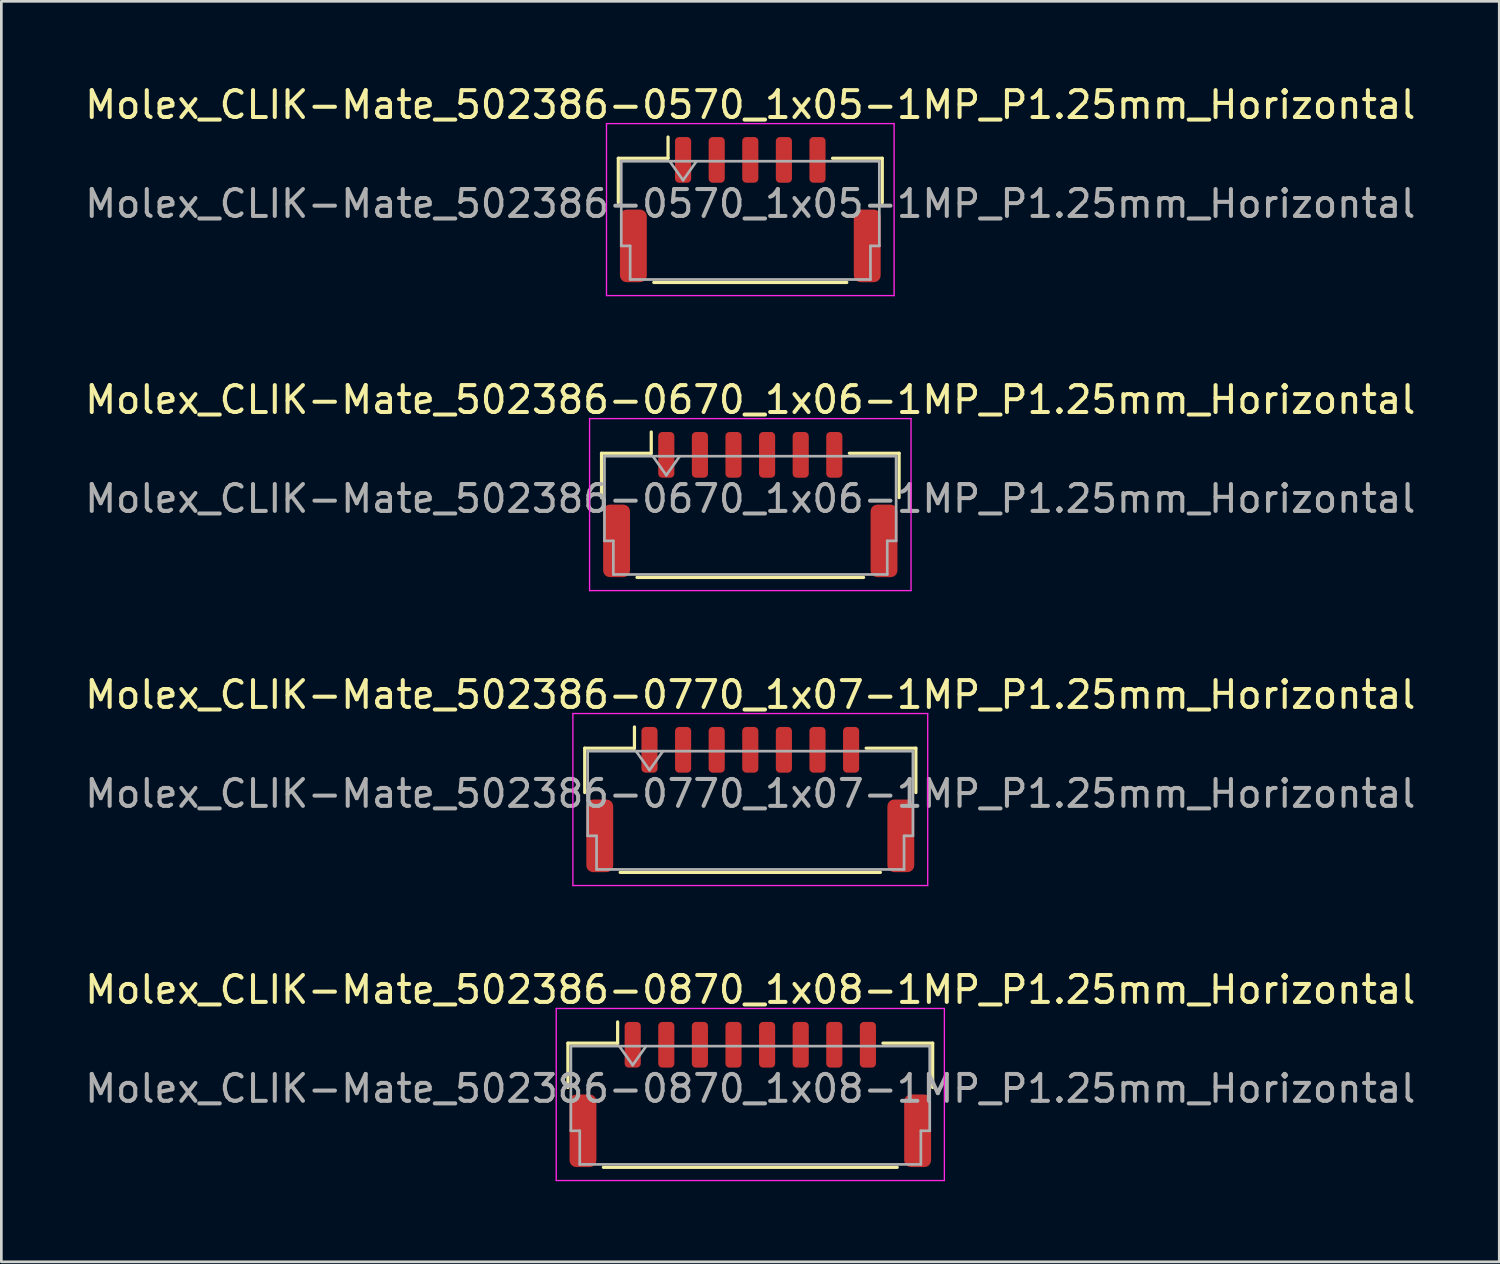
<source format=kicad_pcb>
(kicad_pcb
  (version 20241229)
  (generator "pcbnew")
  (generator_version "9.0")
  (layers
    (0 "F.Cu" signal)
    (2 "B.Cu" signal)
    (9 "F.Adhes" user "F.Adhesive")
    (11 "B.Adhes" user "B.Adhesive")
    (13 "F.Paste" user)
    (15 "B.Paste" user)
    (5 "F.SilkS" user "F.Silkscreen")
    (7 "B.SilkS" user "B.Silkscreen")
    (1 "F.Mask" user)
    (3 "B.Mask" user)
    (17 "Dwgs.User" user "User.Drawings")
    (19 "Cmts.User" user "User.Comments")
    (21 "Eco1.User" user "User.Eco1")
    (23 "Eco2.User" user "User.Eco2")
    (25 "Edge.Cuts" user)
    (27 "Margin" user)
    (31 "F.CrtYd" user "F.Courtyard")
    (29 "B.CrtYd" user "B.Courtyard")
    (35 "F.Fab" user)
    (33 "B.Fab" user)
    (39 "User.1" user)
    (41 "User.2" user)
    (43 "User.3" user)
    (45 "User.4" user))
  (footprint "Molex_CLIK-Mate_502386-0670_1x06-1MP_P1.25mm_Horizontal"
    (layer "F.Cu")
    (at 24.863 15.722)
    (property "Reference" "Molex_CLIK-Mate_502386-0670_1x06-1MP_P1.25mm_Horizontal" (at 0 -3.9 0) (layer "F.SilkS") (effects (font (size 1 1) (thickness 0.15))))
    (attr smd)
    (fp_line (start -5.535 -1.91) (end -3.685 -1.91) (stroke (width 0.12) (type solid)) (layer "F.SilkS"))
    (fp_line (start -5.535 -0.26) (end -5.535 -1.91) (stroke (width 0.12) (type solid)) (layer "F.SilkS"))
    (fp_line (start -4.215 2.71) (end 4.215 2.71) (stroke (width 0.12) (type solid)) (layer "F.SilkS"))
    (fp_line (start -3.685 -1.91) (end -3.685 -2.7) (stroke (width 0.12) (type solid)) (layer "F.SilkS"))
    (fp_line (start 5.535 -1.91) (end 3.685 -1.91) (stroke (width 0.12) (type solid)) (layer "F.SilkS"))
    (fp_line (start 5.535 -0.26) (end 5.535 -1.91) (stroke (width 0.12) (type solid)) (layer "F.SilkS"))
    (fp_line (start -5.98 -3.2) (end -5.98 3.2) (stroke (width 0.05) (type solid)) (layer "F.CrtYd"))
    (fp_line (start -5.98 3.2) (end 5.98 3.2) (stroke (width 0.05) (type solid)) (layer "F.CrtYd"))
    (fp_line (start 5.98 -3.2) (end -5.98 -3.2) (stroke (width 0.05) (type solid)) (layer "F.CrtYd"))
    (fp_line (start 5.98 3.2) (end 5.98 -3.2) (stroke (width 0.05) (type solid)) (layer "F.CrtYd"))
    (fp_line (start -5.425 -1.8) (end -5.425 1.35) (stroke (width 0.1) (type solid)) (layer "F.Fab"))
    (fp_line (start -5.425 -1.8) (end 5.425 -1.8) (stroke (width 0.1) (type solid)) (layer "F.Fab"))
    (fp_line (start -5.425 1.35) (end -5.095 1.35) (stroke (width 0.1) (type solid)) (layer "F.Fab"))
    (fp_line (start -5.095 1.35) (end -5.095 2.6) (stroke (width 0.1) (type solid)) (layer "F.Fab"))
    (fp_line (start -5.095 2.6) (end 5.095 2.6) (stroke (width 0.1) (type solid)) (layer "F.Fab"))
    (fp_line (start -3.625 -1.8) (end -3.125 -1.093) (stroke (width 0.1) (type solid)) (layer "F.Fab"))
    (fp_line (start -3.125 -1.093) (end -2.625 -1.8) (stroke (width 0.1) (type solid)) (layer "F.Fab"))
    (fp_line (start 5.095 1.35) (end 5.425 1.35) (stroke (width 0.1) (type solid)) (layer "F.Fab"))
    (fp_line (start 5.095 2.6) (end 5.095 1.35) (stroke (width 0.1) (type solid)) (layer "F.Fab"))
    (fp_line (start 5.425 -1.8) (end 5.425 1.35) (stroke (width 0.1) (type solid)) (layer "F.Fab"))
    (fp_text user "${REFERENCE}" (at 0 -0.22 0) (layer "F.Fab") (effects (font (size 1 1) (thickness 0.15))))
    (pad "1" smd roundrect (at -3.125 -1.85) (size 0.6 1.7) (layers "F.Cu" "F.Mask" "F.Paste") (roundrect_rratio 0.25))
    (pad "2" smd roundrect (at -1.875 -1.85) (size 0.6 1.7) (layers "F.Cu" "F.Mask" "F.Paste") (roundrect_rratio 0.25))
    (pad "3" smd roundrect (at -0.625 -1.85) (size 0.6 1.7) (layers "F.Cu" "F.Mask" "F.Paste") (roundrect_rratio 0.25))
    (pad "4" smd roundrect (at 0.625 -1.85) (size 0.6 1.7) (layers "F.Cu" "F.Mask" "F.Paste") (roundrect_rratio 0.25))
    (pad "5" smd roundrect (at 1.875 -1.85) (size 0.6 1.7) (layers "F.Cu" "F.Mask" "F.Paste") (roundrect_rratio 0.25))
    (pad "6" smd roundrect (at 3.125 -1.85) (size 0.6 1.7) (layers "F.Cu" "F.Mask" "F.Paste") (roundrect_rratio 0.25))
    (pad "MP" smd roundrect (at -4.975 1.35) (size 1 2.7) (layers "F.Cu" "F.Mask" "F.Paste") (roundrect_rratio 0.25))
    (pad "MP" smd roundrect (at 4.975 1.35) (size 1 2.7) (layers "F.Cu" "F.Mask" "F.Paste") (roundrect_rratio 0.25)))
  (footprint "Molex_CLIK-Mate_502386-0870_1x08-1MP_P1.25mm_Horizontal"
    (layer "F.Cu")
    (at 24.863 37.668)
    (property "Reference" "Molex_CLIK-Mate_502386-0870_1x08-1MP_P1.25mm_Horizontal" (at 0 -3.9 0) (layer "F.SilkS") (effects (font (size 1 1) (thickness 0.15))))
    (attr smd)
    (fp_line (start -6.785 -1.91) (end -4.935 -1.91) (stroke (width 0.12) (type solid)) (layer "F.SilkS"))
    (fp_line (start -6.785 -0.26) (end -6.785 -1.91) (stroke (width 0.12) (type solid)) (layer "F.SilkS"))
    (fp_line (start -5.465 2.71) (end 5.465 2.71) (stroke (width 0.12) (type solid)) (layer "F.SilkS"))
    (fp_line (start -4.935 -1.91) (end -4.935 -2.7) (stroke (width 0.12) (type solid)) (layer "F.SilkS"))
    (fp_line (start 6.785 -1.91) (end 4.935 -1.91) (stroke (width 0.12) (type solid)) (layer "F.SilkS"))
    (fp_line (start 6.785 -0.26) (end 6.785 -1.91) (stroke (width 0.12) (type solid)) (layer "F.SilkS"))
    (fp_line (start -7.22 -3.2) (end -7.22 3.2) (stroke (width 0.05) (type solid)) (layer "F.CrtYd"))
    (fp_line (start -7.22 3.2) (end 7.22 3.2) (stroke (width 0.05) (type solid)) (layer "F.CrtYd"))
    (fp_line (start 7.22 -3.2) (end -7.22 -3.2) (stroke (width 0.05) (type solid)) (layer "F.CrtYd"))
    (fp_line (start 7.22 3.2) (end 7.22 -3.2) (stroke (width 0.05) (type solid)) (layer "F.CrtYd"))
    (fp_line (start -6.675 -1.8) (end -6.675 1.35) (stroke (width 0.1) (type solid)) (layer "F.Fab"))
    (fp_line (start -6.675 -1.8) (end 6.675 -1.8) (stroke (width 0.1) (type solid)) (layer "F.Fab"))
    (fp_line (start -6.675 1.35) (end -6.345 1.35) (stroke (width 0.1) (type solid)) (layer "F.Fab"))
    (fp_line (start -6.345 1.35) (end -6.345 2.6) (stroke (width 0.1) (type solid)) (layer "F.Fab"))
    (fp_line (start -6.345 2.6) (end 6.345 2.6) (stroke (width 0.1) (type solid)) (layer "F.Fab"))
    (fp_line (start -4.875 -1.8) (end -4.375 -1.093) (stroke (width 0.1) (type solid)) (layer "F.Fab"))
    (fp_line (start -4.375 -1.093) (end -3.875 -1.8) (stroke (width 0.1) (type solid)) (layer "F.Fab"))
    (fp_line (start 6.345 1.35) (end 6.675 1.35) (stroke (width 0.1) (type solid)) (layer "F.Fab"))
    (fp_line (start 6.345 2.6) (end 6.345 1.35) (stroke (width 0.1) (type solid)) (layer "F.Fab"))
    (fp_line (start 6.675 -1.8) (end 6.675 1.35) (stroke (width 0.1) (type solid)) (layer "F.Fab"))
    (fp_text user "${REFERENCE}" (at 0 -0.22 0) (layer "F.Fab") (effects (font (size 1 1) (thickness 0.15))))
    (pad "1" smd roundrect (at -4.375 -1.85) (size 0.6 1.7) (layers "F.Cu" "F.Mask" "F.Paste") (roundrect_rratio 0.25))
    (pad "2" smd roundrect (at -3.125 -1.85) (size 0.6 1.7) (layers "F.Cu" "F.Mask" "F.Paste") (roundrect_rratio 0.25))
    (pad "3" smd roundrect (at -1.875 -1.85) (size 0.6 1.7) (layers "F.Cu" "F.Mask" "F.Paste") (roundrect_rratio 0.25))
    (pad "4" smd roundrect (at -0.625 -1.85) (size 0.6 1.7) (layers "F.Cu" "F.Mask" "F.Paste") (roundrect_rratio 0.25))
    (pad "5" smd roundrect (at 0.625 -1.85) (size 0.6 1.7) (layers "F.Cu" "F.Mask" "F.Paste") (roundrect_rratio 0.25))
    (pad "6" smd roundrect (at 1.875 -1.85) (size 0.6 1.7) (layers "F.Cu" "F.Mask" "F.Paste") (roundrect_rratio 0.25))
    (pad "7" smd roundrect (at 3.125 -1.85) (size 0.6 1.7) (layers "F.Cu" "F.Mask" "F.Paste") (roundrect_rratio 0.25))
    (pad "8" smd roundrect (at 4.375 -1.85) (size 0.6 1.7) (layers "F.Cu" "F.Mask" "F.Paste") (roundrect_rratio 0.25))
    (pad "MP" smd roundrect (at -6.225 1.35) (size 1 2.7) (layers "F.Cu" "F.Mask" "F.Paste") (roundrect_rratio 0.25))
    (pad "MP" smd roundrect (at 6.225 1.35) (size 1 2.7) (layers "F.Cu" "F.Mask" "F.Paste") (roundrect_rratio 0.25)))
  (footprint "Molex_CLIK-Mate_502386-0770_1x07-1MP_P1.25mm_Horizontal"
    (layer "F.Cu")
    (at 24.863 26.695)
    (property "Reference" "Molex_CLIK-Mate_502386-0770_1x07-1MP_P1.25mm_Horizontal" (at 0 -3.9 0) (layer "F.SilkS") (effects (font (size 1 1) (thickness 0.15))))
    (attr smd)
    (fp_line (start -6.16 -1.91) (end -4.31 -1.91) (stroke (width 0.12) (type solid)) (layer "F.SilkS"))
    (fp_line (start -6.16 -0.26) (end -6.16 -1.91) (stroke (width 0.12) (type solid)) (layer "F.SilkS"))
    (fp_line (start -4.84 2.71) (end 4.84 2.71) (stroke (width 0.12) (type solid)) (layer "F.SilkS"))
    (fp_line (start -4.31 -1.91) (end -4.31 -2.7) (stroke (width 0.12) (type solid)) (layer "F.SilkS"))
    (fp_line (start 6.16 -1.91) (end 4.31 -1.91) (stroke (width 0.12) (type solid)) (layer "F.SilkS"))
    (fp_line (start 6.16 -0.26) (end 6.16 -1.91) (stroke (width 0.12) (type solid)) (layer "F.SilkS"))
    (fp_line (start -6.6 -3.2) (end -6.6 3.2) (stroke (width 0.05) (type solid)) (layer "F.CrtYd"))
    (fp_line (start -6.6 3.2) (end 6.6 3.2) (stroke (width 0.05) (type solid)) (layer "F.CrtYd"))
    (fp_line (start 6.6 -3.2) (end -6.6 -3.2) (stroke (width 0.05) (type solid)) (layer "F.CrtYd"))
    (fp_line (start 6.6 3.2) (end 6.6 -3.2) (stroke (width 0.05) (type solid)) (layer "F.CrtYd"))
    (fp_line (start -6.05 -1.8) (end -6.05 1.35) (stroke (width 0.1) (type solid)) (layer "F.Fab"))
    (fp_line (start -6.05 -1.8) (end 6.05 -1.8) (stroke (width 0.1) (type solid)) (layer "F.Fab"))
    (fp_line (start -6.05 1.35) (end -5.72 1.35) (stroke (width 0.1) (type solid)) (layer "F.Fab"))
    (fp_line (start -5.72 1.35) (end -5.72 2.6) (stroke (width 0.1) (type solid)) (layer "F.Fab"))
    (fp_line (start -5.72 2.6) (end 5.72 2.6) (stroke (width 0.1) (type solid)) (layer "F.Fab"))
    (fp_line (start -4.25 -1.8) (end -3.75 -1.093) (stroke (width 0.1) (type solid)) (layer "F.Fab"))
    (fp_line (start -3.75 -1.093) (end -3.25 -1.8) (stroke (width 0.1) (type solid)) (layer "F.Fab"))
    (fp_line (start 5.72 1.35) (end 6.05 1.35) (stroke (width 0.1) (type solid)) (layer "F.Fab"))
    (fp_line (start 5.72 2.6) (end 5.72 1.35) (stroke (width 0.1) (type solid)) (layer "F.Fab"))
    (fp_line (start 6.05 -1.8) (end 6.05 1.35) (stroke (width 0.1) (type solid)) (layer "F.Fab"))
    (fp_text user "${REFERENCE}" (at 0 -0.22 0) (layer "F.Fab") (effects (font (size 1 1) (thickness 0.15))))
    (pad "1" smd roundrect (at -3.75 -1.85) (size 0.6 1.7) (layers "F.Cu" "F.Mask" "F.Paste") (roundrect_rratio 0.25))
    (pad "2" smd roundrect (at -2.5 -1.85) (size 0.6 1.7) (layers "F.Cu" "F.Mask" "F.Paste") (roundrect_rratio 0.25))
    (pad "3" smd roundrect (at -1.25 -1.85) (size 0.6 1.7) (layers "F.Cu" "F.Mask" "F.Paste") (roundrect_rratio 0.25))
    (pad "4" smd roundrect (at 0 -1.85) (size 0.6 1.7) (layers "F.Cu" "F.Mask" "F.Paste") (roundrect_rratio 0.25))
    (pad "5" smd roundrect (at 1.25 -1.85) (size 0.6 1.7) (layers "F.Cu" "F.Mask" "F.Paste") (roundrect_rratio 0.25))
    (pad "6" smd roundrect (at 2.5 -1.85) (size 0.6 1.7) (layers "F.Cu" "F.Mask" "F.Paste") (roundrect_rratio 0.25))
    (pad "7" smd roundrect (at 3.75 -1.85) (size 0.6 1.7) (layers "F.Cu" "F.Mask" "F.Paste") (roundrect_rratio 0.25))
    (pad "MP" smd roundrect (at -5.6 1.35) (size 1 2.7) (layers "F.Cu" "F.Mask" "F.Paste") (roundrect_rratio 0.25))
    (pad "MP" smd roundrect (at 5.6 1.35) (size 1 2.7) (layers "F.Cu" "F.Mask" "F.Paste") (roundrect_rratio 0.25)))
  (footprint "Molex_CLIK-Mate_502386-0570_1x05-1MP_P1.25mm_Horizontal"
    (layer "F.Cu")
    (at 24.863 4.748)
    (property "Reference" "Molex_CLIK-Mate_502386-0570_1x05-1MP_P1.25mm_Horizontal" (at 0 -3.9 0) (layer "F.SilkS") (effects (font (size 1 1) (thickness 0.15))))
    (attr smd)
    (fp_line (start -4.91 -1.91) (end -3.06 -1.91) (stroke (width 0.12) (type solid)) (layer "F.SilkS"))
    (fp_line (start -4.91 -0.26) (end -4.91 -1.91) (stroke (width 0.12) (type solid)) (layer "F.SilkS"))
    (fp_line (start -3.59 2.71) (end 3.59 2.71) (stroke (width 0.12) (type solid)) (layer "F.SilkS"))
    (fp_line (start -3.06 -1.91) (end -3.06 -2.7) (stroke (width 0.12) (type solid)) (layer "F.SilkS"))
    (fp_line (start 4.91 -1.91) (end 3.06 -1.91) (stroke (width 0.12) (type solid)) (layer "F.SilkS"))
    (fp_line (start 4.91 -0.26) (end 4.91 -1.91) (stroke (width 0.12) (type solid)) (layer "F.SilkS"))
    (fp_line (start -5.35 -3.2) (end -5.35 3.2) (stroke (width 0.05) (type solid)) (layer "F.CrtYd"))
    (fp_line (start -5.35 3.2) (end 5.35 3.2) (stroke (width 0.05) (type solid)) (layer "F.CrtYd"))
    (fp_line (start 5.35 -3.2) (end -5.35 -3.2) (stroke (width 0.05) (type solid)) (layer "F.CrtYd"))
    (fp_line (start 5.35 3.2) (end 5.35 -3.2) (stroke (width 0.05) (type solid)) (layer "F.CrtYd"))
    (fp_line (start -4.8 -1.8) (end -4.8 1.35) (stroke (width 0.1) (type solid)) (layer "F.Fab"))
    (fp_line (start -4.8 -1.8) (end 4.8 -1.8) (stroke (width 0.1) (type solid)) (layer "F.Fab"))
    (fp_line (start -4.8 1.35) (end -4.47 1.35) (stroke (width 0.1) (type solid)) (layer "F.Fab"))
    (fp_line (start -4.47 1.35) (end -4.47 2.6) (stroke (width 0.1) (type solid)) (layer "F.Fab"))
    (fp_line (start -4.47 2.6) (end 4.47 2.6) (stroke (width 0.1) (type solid)) (layer "F.Fab"))
    (fp_line (start -3 -1.8) (end -2.5 -1.093) (stroke (width 0.1) (type solid)) (layer "F.Fab"))
    (fp_line (start -2.5 -1.093) (end -2 -1.8) (stroke (width 0.1) (type solid)) (layer "F.Fab"))
    (fp_line (start 4.47 1.35) (end 4.8 1.35) (stroke (width 0.1) (type solid)) (layer "F.Fab"))
    (fp_line (start 4.47 2.6) (end 4.47 1.35) (stroke (width 0.1) (type solid)) (layer "F.Fab"))
    (fp_line (start 4.8 -1.8) (end 4.8 1.35) (stroke (width 0.1) (type solid)) (layer "F.Fab"))
    (fp_text user "${REFERENCE}" (at 0 -0.22 0) (layer "F.Fab") (effects (font (size 1 1) (thickness 0.15))))
    (pad "1" smd roundrect (at -2.5 -1.85) (size 0.6 1.7) (layers "F.Cu" "F.Mask" "F.Paste") (roundrect_rratio 0.25))
    (pad "2" smd roundrect (at -1.25 -1.85) (size 0.6 1.7) (layers "F.Cu" "F.Mask" "F.Paste") (roundrect_rratio 0.25))
    (pad "3" smd roundrect (at 0 -1.85) (size 0.6 1.7) (layers "F.Cu" "F.Mask" "F.Paste") (roundrect_rratio 0.25))
    (pad "4" smd roundrect (at 1.25 -1.85) (size 0.6 1.7) (layers "F.Cu" "F.Mask" "F.Paste") (roundrect_rratio 0.25))
    (pad "5" smd roundrect (at 2.5 -1.85) (size 0.6 1.7) (layers "F.Cu" "F.Mask" "F.Paste") (roundrect_rratio 0.25))
    (pad "MP" smd roundrect (at -4.35 1.35) (size 1 2.7) (layers "F.Cu" "F.Mask" "F.Paste") (roundrect_rratio 0.25))
    (pad "MP" smd roundrect (at 4.35 1.35) (size 1 2.7) (layers "F.Cu" "F.Mask" "F.Paste") (roundrect_rratio 0.25)))
  (gr_rect
    (start -3 -3)
    (end 52.726 43.893)
    (stroke (width 0.1) (type default))
    (fill no)
    (layer "Edge.Cuts")))
</source>
